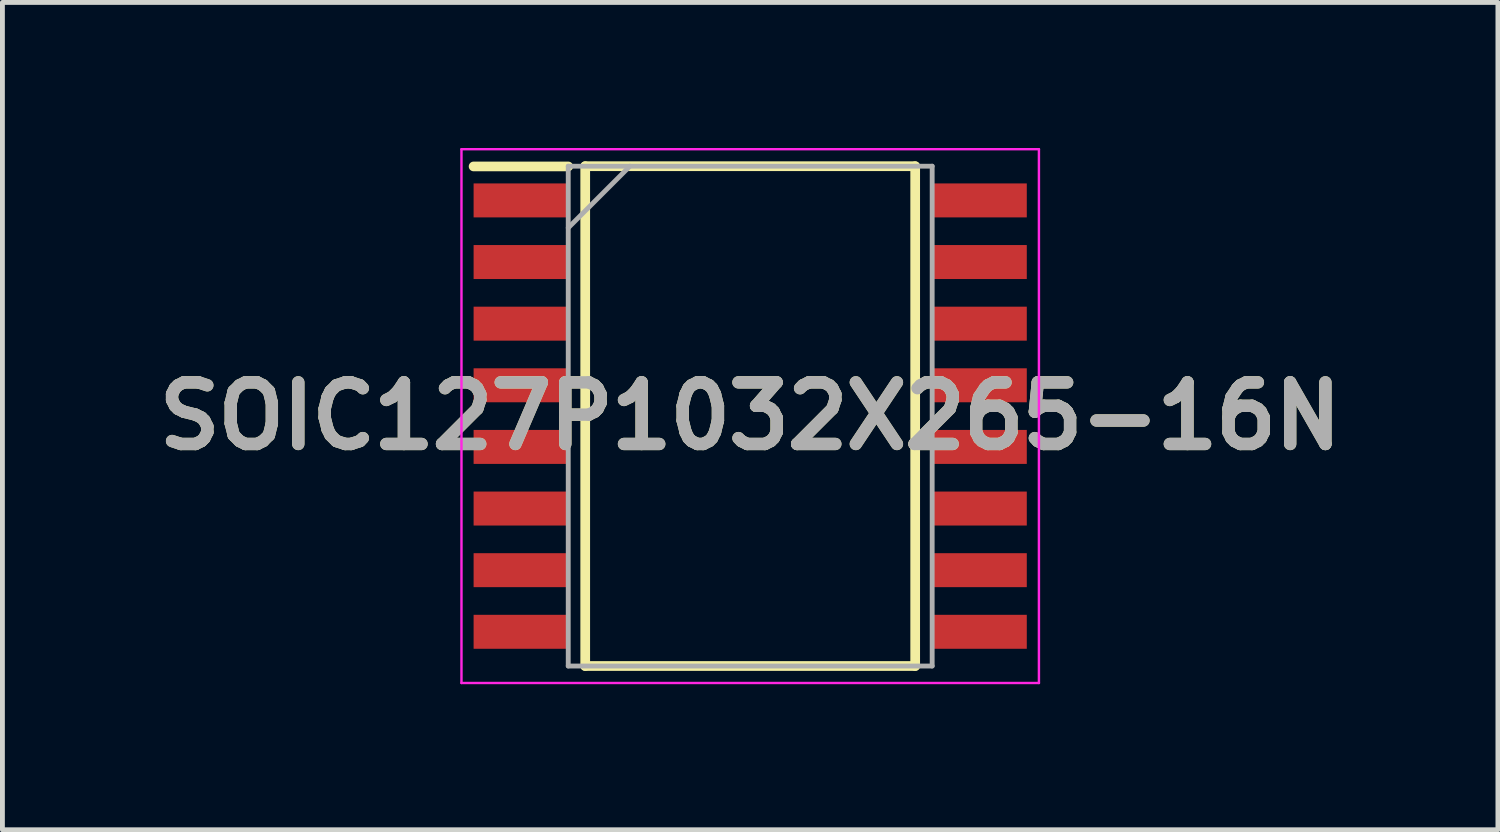
<source format=kicad_pcb>
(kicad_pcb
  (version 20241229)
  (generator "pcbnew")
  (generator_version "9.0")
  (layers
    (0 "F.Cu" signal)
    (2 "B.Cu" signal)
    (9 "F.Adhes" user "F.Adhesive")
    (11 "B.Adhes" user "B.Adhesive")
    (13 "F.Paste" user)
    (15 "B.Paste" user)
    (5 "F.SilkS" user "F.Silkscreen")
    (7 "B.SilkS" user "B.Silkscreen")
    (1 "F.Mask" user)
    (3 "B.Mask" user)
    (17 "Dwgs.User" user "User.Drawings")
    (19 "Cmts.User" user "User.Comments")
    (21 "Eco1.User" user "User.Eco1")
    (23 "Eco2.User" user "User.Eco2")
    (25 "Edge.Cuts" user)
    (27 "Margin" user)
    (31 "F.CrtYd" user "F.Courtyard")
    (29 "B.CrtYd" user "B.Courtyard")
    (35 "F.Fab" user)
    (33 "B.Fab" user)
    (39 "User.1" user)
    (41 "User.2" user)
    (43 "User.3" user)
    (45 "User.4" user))
  (footprint "SOIC127P1032X265-16N"
    (layer "F.Cu")
    (at 12.41 5.525)
    (property "Reference" "SOIC127P1032X265-16N" (at 0 0 0) (layer "F.SilkS") (effects (font (size 1.27 1.27) (thickness 0.254))))
    (attr smd)
    (fp_line (start -5.7 -5.145) (end -3.75 -5.145) (stroke (width 0.2) (type solid)) (layer "F.SilkS"))
    (fp_line (start -3.4 -5.15) (end 3.4 -5.15) (stroke (width 0.2) (type solid)) (layer "F.SilkS"))
    (fp_line (start -3.4 5.15) (end -3.4 -5.15) (stroke (width 0.2) (type solid)) (layer "F.SilkS"))
    (fp_line (start 3.4 -5.15) (end 3.4 5.15) (stroke (width 0.2) (type solid)) (layer "F.SilkS"))
    (fp_line (start 3.4 5.15) (end -3.4 5.15) (stroke (width 0.2) (type solid)) (layer "F.SilkS"))
    (fp_line (start -5.95 -5.5) (end 5.95 -5.5) (stroke (width 0.05) (type solid)) (layer "F.CrtYd"))
    (fp_line (start -5.95 5.5) (end -5.95 -5.5) (stroke (width 0.05) (type solid)) (layer "F.CrtYd"))
    (fp_line (start 5.95 -5.5) (end 5.95 5.5) (stroke (width 0.05) (type solid)) (layer "F.CrtYd"))
    (fp_line (start 5.95 5.5) (end -5.95 5.5) (stroke (width 0.05) (type solid)) (layer "F.CrtYd"))
    (fp_line (start -3.75 -5.15) (end 3.75 -5.15) (stroke (width 0.1) (type solid)) (layer "F.Fab"))
    (fp_line (start -3.75 -3.88) (end -2.48 -5.15) (stroke (width 0.1) (type solid)) (layer "F.Fab"))
    (fp_line (start -3.75 5.15) (end -3.75 -5.15) (stroke (width 0.1) (type solid)) (layer "F.Fab"))
    (fp_line (start 3.75 -5.15) (end 3.75 5.15) (stroke (width 0.1) (type solid)) (layer "F.Fab"))
    (fp_line (start 3.75 5.15) (end -3.75 5.15) (stroke (width 0.1) (type solid)) (layer "F.Fab"))
    (fp_text user "${REFERENCE}" (at 0 0 0) (layer "F.Fab") (effects (font (size 1.27 1.27) (thickness 0.254))))
    (pad "1" smd rect (at -4.725 -4.445 90) (size 0.7 1.95) (layers "F.Cu" "F.Mask" "F.Paste"))
    (pad "2" smd rect (at -4.725 -3.175 90) (size 0.7 1.95) (layers "F.Cu" "F.Mask" "F.Paste"))
    (pad "3" smd rect (at -4.725 -1.905 90) (size 0.7 1.95) (layers "F.Cu" "F.Mask" "F.Paste"))
    (pad "4" smd rect (at -4.725 -0.635 90) (size 0.7 1.95) (layers "F.Cu" "F.Mask" "F.Paste"))
    (pad "5" smd rect (at -4.725 0.635 90) (size 0.7 1.95) (layers "F.Cu" "F.Mask" "F.Paste"))
    (pad "6" smd rect (at -4.725 1.905 90) (size 0.7 1.95) (layers "F.Cu" "F.Mask" "F.Paste"))
    (pad "7" smd rect (at -4.725 3.175 90) (size 0.7 1.95) (layers "F.Cu" "F.Mask" "F.Paste"))
    (pad "8" smd rect (at -4.725 4.445 90) (size 0.7 1.95) (layers "F.Cu" "F.Mask" "F.Paste"))
    (pad "9" smd rect (at 4.725 4.445 90) (size 0.7 1.95) (layers "F.Cu" "F.Mask" "F.Paste"))
    (pad "10" smd rect (at 4.725 3.175 90) (size 0.7 1.95) (layers "F.Cu" "F.Mask" "F.Paste"))
    (pad "11" smd rect (at 4.725 1.905 90) (size 0.7 1.95) (layers "F.Cu" "F.Mask" "F.Paste"))
    (pad "12" smd rect (at 4.725 0.635 90) (size 0.7 1.95) (layers "F.Cu" "F.Mask" "F.Paste"))
    (pad "13" smd rect (at 4.725 -0.635 90) (size 0.7 1.95) (layers "F.Cu" "F.Mask" "F.Paste"))
    (pad "14" smd rect (at 4.725 -1.905 90) (size 0.7 1.95) (layers "F.Cu" "F.Mask" "F.Paste"))
    (pad "15" smd rect (at 4.725 -3.175 90) (size 0.7 1.95) (layers "F.Cu" "F.Mask" "F.Paste"))
    (pad "16" smd rect (at 4.725 -4.445 90) (size 0.7 1.95) (layers "F.Cu" "F.Mask" "F.Paste")))
  (gr_rect
    (start -3 -3)
    (end 27.819 14.05)
    (stroke (width 0.1) (type default))
    (fill no)
    (layer "Edge.Cuts")))
</source>
